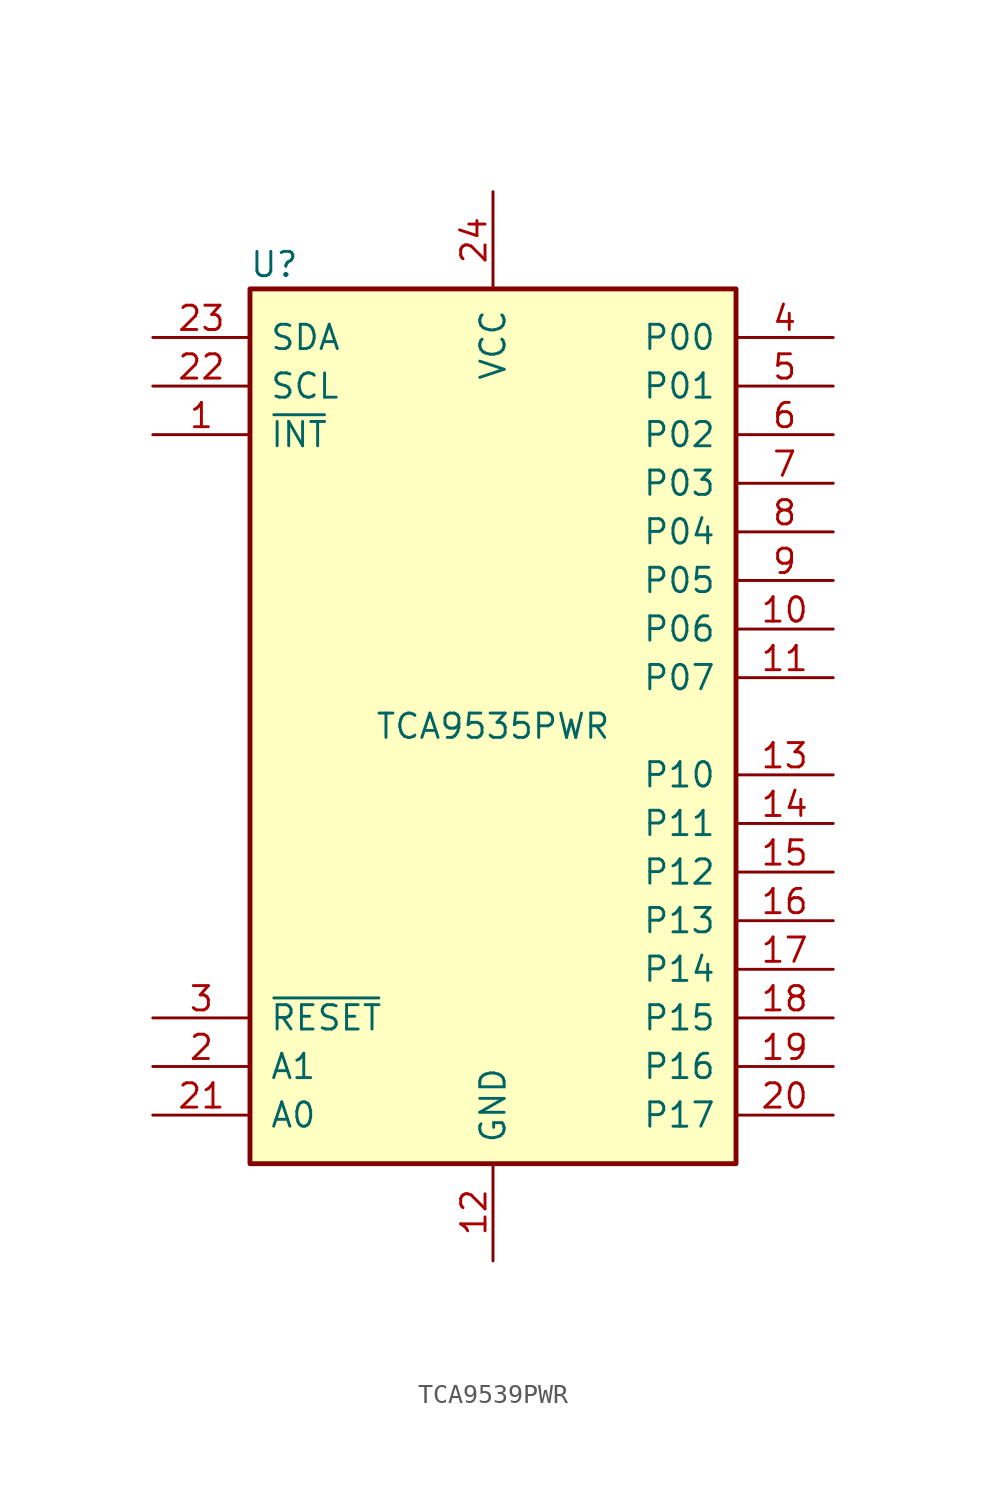
<source format=kicad_sym>
(kicad_symbol_lib
  (version 20231120)
  (generator "kicad_symbol_editor")
  (generator_version "8.0")
  (symbol "TCA9539PWR"
    (pin_names
      (offset 1.016))
    (property "Reference" "U"
      (at -11.43 24.13 0)
      (effects (font (size 1.27 1.27))))
    (property "Value" "TCA9535PWR"
      (at 0 0 0)
      (effects (font (size 1.27 1.27))))
    (symbol "TCA9539PWR_0_1"
      (rectangle (start -12.7 22.86) (end 12.7 -22.86) (stroke (width 0.254) (type default)) (fill (type background))))
    (symbol "TCA9539PWR_1_1"
      (pin open_collector line (at -17.78 15.24 0) (length 5.08) (name "~{INT}" (effects (font (size 1.27 1.27)))) (number "1" (effects (font (size 1.27 1.27)))))
      (pin bidirectional line (at 17.78 5.08 180) (length 5.08) (name "P06" (effects (font (size 1.27 1.27)))) (number "10" (effects (font (size 1.27 1.27)))))
      (pin bidirectional line (at 17.78 2.54 180) (length 5.08) (name "P07" (effects (font (size 1.27 1.27)))) (number "11" (effects (font (size 1.27 1.27)))))
      (pin power_in line (at 0 -27.94 90) (length 5.08) (name "GND" (effects (font (size 1.27 1.27)))) (number "12" (effects (font (size 1.27 1.27)))))
      (pin bidirectional line (at 17.78 -2.54 180) (length 5.08) (name "P10" (effects (font (size 1.27 1.27)))) (number "13" (effects (font (size 1.27 1.27)))))
      (pin bidirectional line (at 17.78 -5.08 180) (length 5.08) (name "P11" (effects (font (size 1.27 1.27)))) (number "14" (effects (font (size 1.27 1.27)))))
      (pin bidirectional line (at 17.78 -7.62 180) (length 5.08) (name "P12" (effects (font (size 1.27 1.27)))) (number "15" (effects (font (size 1.27 1.27)))))
      (pin bidirectional line (at 17.78 -10.16 180) (length 5.08) (name "P13" (effects (font (size 1.27 1.27)))) (number "16" (effects (font (size 1.27 1.27)))))
      (pin bidirectional line (at 17.78 -12.7 180) (length 5.08) (name "P14" (effects (font (size 1.27 1.27)))) (number "17" (effects (font (size 1.27 1.27)))))
      (pin bidirectional line (at 17.78 -15.24 180) (length 5.08) (name "P15" (effects (font (size 1.27 1.27)))) (number "18" (effects (font (size 1.27 1.27)))))
      (pin bidirectional line (at 17.78 -17.78 180) (length 5.08) (name "P16" (effects (font (size 1.27 1.27)))) (number "19" (effects (font (size 1.27 1.27)))))
      (pin input line (at -17.78 -17.78 0) (length 5.08) (name "A1" (effects (font (size 1.27 1.27)))) (number "2" (effects (font (size 1.27 1.27)))))
      (pin bidirectional line (at 17.78 -20.32 180) (length 5.08) (name "P17" (effects (font (size 1.27 1.27)))) (number "20" (effects (font (size 1.27 1.27)))))
      (pin input line (at -17.78 -20.32 0) (length 5.08) (name "A0" (effects (font (size 1.27 1.27)))) (number "21" (effects (font (size 1.27 1.27)))))
      (pin input line (at -17.78 17.78 0) (length 5.08) (name "SCL" (effects (font (size 1.27 1.27)))) (number "22" (effects (font (size 1.27 1.27)))))
      (pin bidirectional line (at -17.78 20.32 0) (length 5.08) (name "SDA" (effects (font (size 1.27 1.27)))) (number "23" (effects (font (size 1.27 1.27)))))
      (pin power_in line (at 0 27.94 270) (length 5.08) (name "VCC" (effects (font (size 1.27 1.27)))) (number "24" (effects (font (size 1.27 1.27)))))
      (pin input line (at -17.78 -15.24 0) (length 5.08) (name "~{RESET}" (effects (font (size 1.27 1.27)))) (number "3" (effects (font (size 1.27 1.27)))))
      (pin bidirectional line (at 17.78 20.32 180) (length 5.08) (name "P00" (effects (font (size 1.27 1.27)))) (number "4" (effects (font (size 1.27 1.27)))))
      (pin bidirectional line (at 17.78 17.78 180) (length 5.08) (name "P01" (effects (font (size 1.27 1.27)))) (number "5" (effects (font (size 1.27 1.27)))))
      (pin bidirectional line (at 17.78 15.24 180) (length 5.08) (name "P02" (effects (font (size 1.27 1.27)))) (number "6" (effects (font (size 1.27 1.27)))))
      (pin bidirectional line (at 17.78 12.7 180) (length 5.08) (name "P03" (effects (font (size 1.27 1.27)))) (number "7" (effects (font (size 1.27 1.27)))))
      (pin bidirectional line (at 17.78 10.16 180) (length 5.08) (name "P04" (effects (font (size 1.27 1.27)))) (number "8" (effects (font (size 1.27 1.27)))))
      (pin bidirectional line (at 17.78 7.62 180) (length 5.08) (name "P05" (effects (font (size 1.27 1.27)))) (number "9" (effects (font (size 1.27 1.27))))))))
</source>
